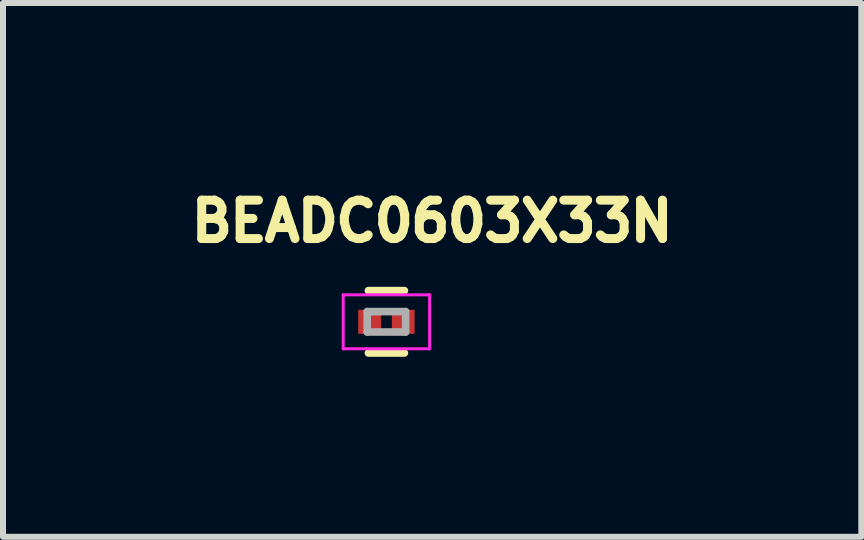
<source format=kicad_pcb>
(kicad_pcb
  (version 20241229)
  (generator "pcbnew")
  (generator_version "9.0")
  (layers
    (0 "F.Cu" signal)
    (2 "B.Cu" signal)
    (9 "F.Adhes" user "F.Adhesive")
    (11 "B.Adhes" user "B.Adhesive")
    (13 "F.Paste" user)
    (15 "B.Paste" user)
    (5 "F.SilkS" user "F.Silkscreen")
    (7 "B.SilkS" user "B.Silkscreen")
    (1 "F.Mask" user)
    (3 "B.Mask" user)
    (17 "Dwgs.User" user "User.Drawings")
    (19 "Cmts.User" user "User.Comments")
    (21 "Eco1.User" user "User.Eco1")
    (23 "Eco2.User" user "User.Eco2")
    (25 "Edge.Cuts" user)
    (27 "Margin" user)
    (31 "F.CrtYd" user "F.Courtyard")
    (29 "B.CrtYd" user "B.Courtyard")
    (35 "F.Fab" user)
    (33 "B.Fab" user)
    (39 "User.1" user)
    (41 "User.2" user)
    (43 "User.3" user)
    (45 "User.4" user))
  (footprint "BEADC0603X33N"
    (layer "F.Cu")
    (at 3.391 2.314)
    (property "Reference" "BEADC0603X33N" (at 0.762 -1.676 0) (layer "F.SilkS") (effects (font (size 0.64 0.64) (thickness 0.15))))
    (attr smd)
    (fp_line (start -0.3 0.52) (end 0.3 0.52) (stroke (width 0.127) (type solid)) (layer "F.SilkS"))
    (fp_line (start 0.3 -0.52) (end -0.3 -0.52) (stroke (width 0.127) (type solid)) (layer "F.SilkS"))
    (fp_line (start -0.72 -0.45) (end 0.72 -0.45) (stroke (width 0.05) (type solid)) (layer "F.CrtYd"))
    (fp_line (start -0.72 0.45) (end -0.72 -0.45) (stroke (width 0.05) (type solid)) (layer "F.CrtYd"))
    (fp_line (start 0.72 -0.45) (end 0.72 0.45) (stroke (width 0.05) (type solid)) (layer "F.CrtYd"))
    (fp_line (start 0.72 0.45) (end -0.72 0.45) (stroke (width 0.05) (type solid)) (layer "F.CrtYd"))
    (fp_line (start -0.32 -0.17) (end -0.32 0.17) (stroke (width 0.127) (type solid)) (layer "F.Fab"))
    (fp_line (start -0.32 0.17) (end 0.32 0.17) (stroke (width 0.127) (type solid)) (layer "F.Fab"))
    (fp_line (start 0.32 -0.17) (end -0.32 -0.17) (stroke (width 0.127) (type solid)) (layer "F.Fab"))
    (fp_line (start 0.32 0.17) (end 0.32 -0.17) (stroke (width 0.127) (type solid)) (layer "F.Fab"))
    (pad "1" smd rect (at -0.28 0 180) (size 0.38 0.4) (layers "F.Cu" "F.Mask" "F.Paste"))
    (pad "2" smd rect (at 0.28 0 180) (size 0.38 0.4) (layers "F.Cu" "F.Mask" "F.Paste")))
  (gr_rect
    (start -3 -3)
    (end 11.307 5.898)
    (stroke (width 0.1) (type default))
    (fill no)
    (layer "Edge.Cuts")))
</source>
